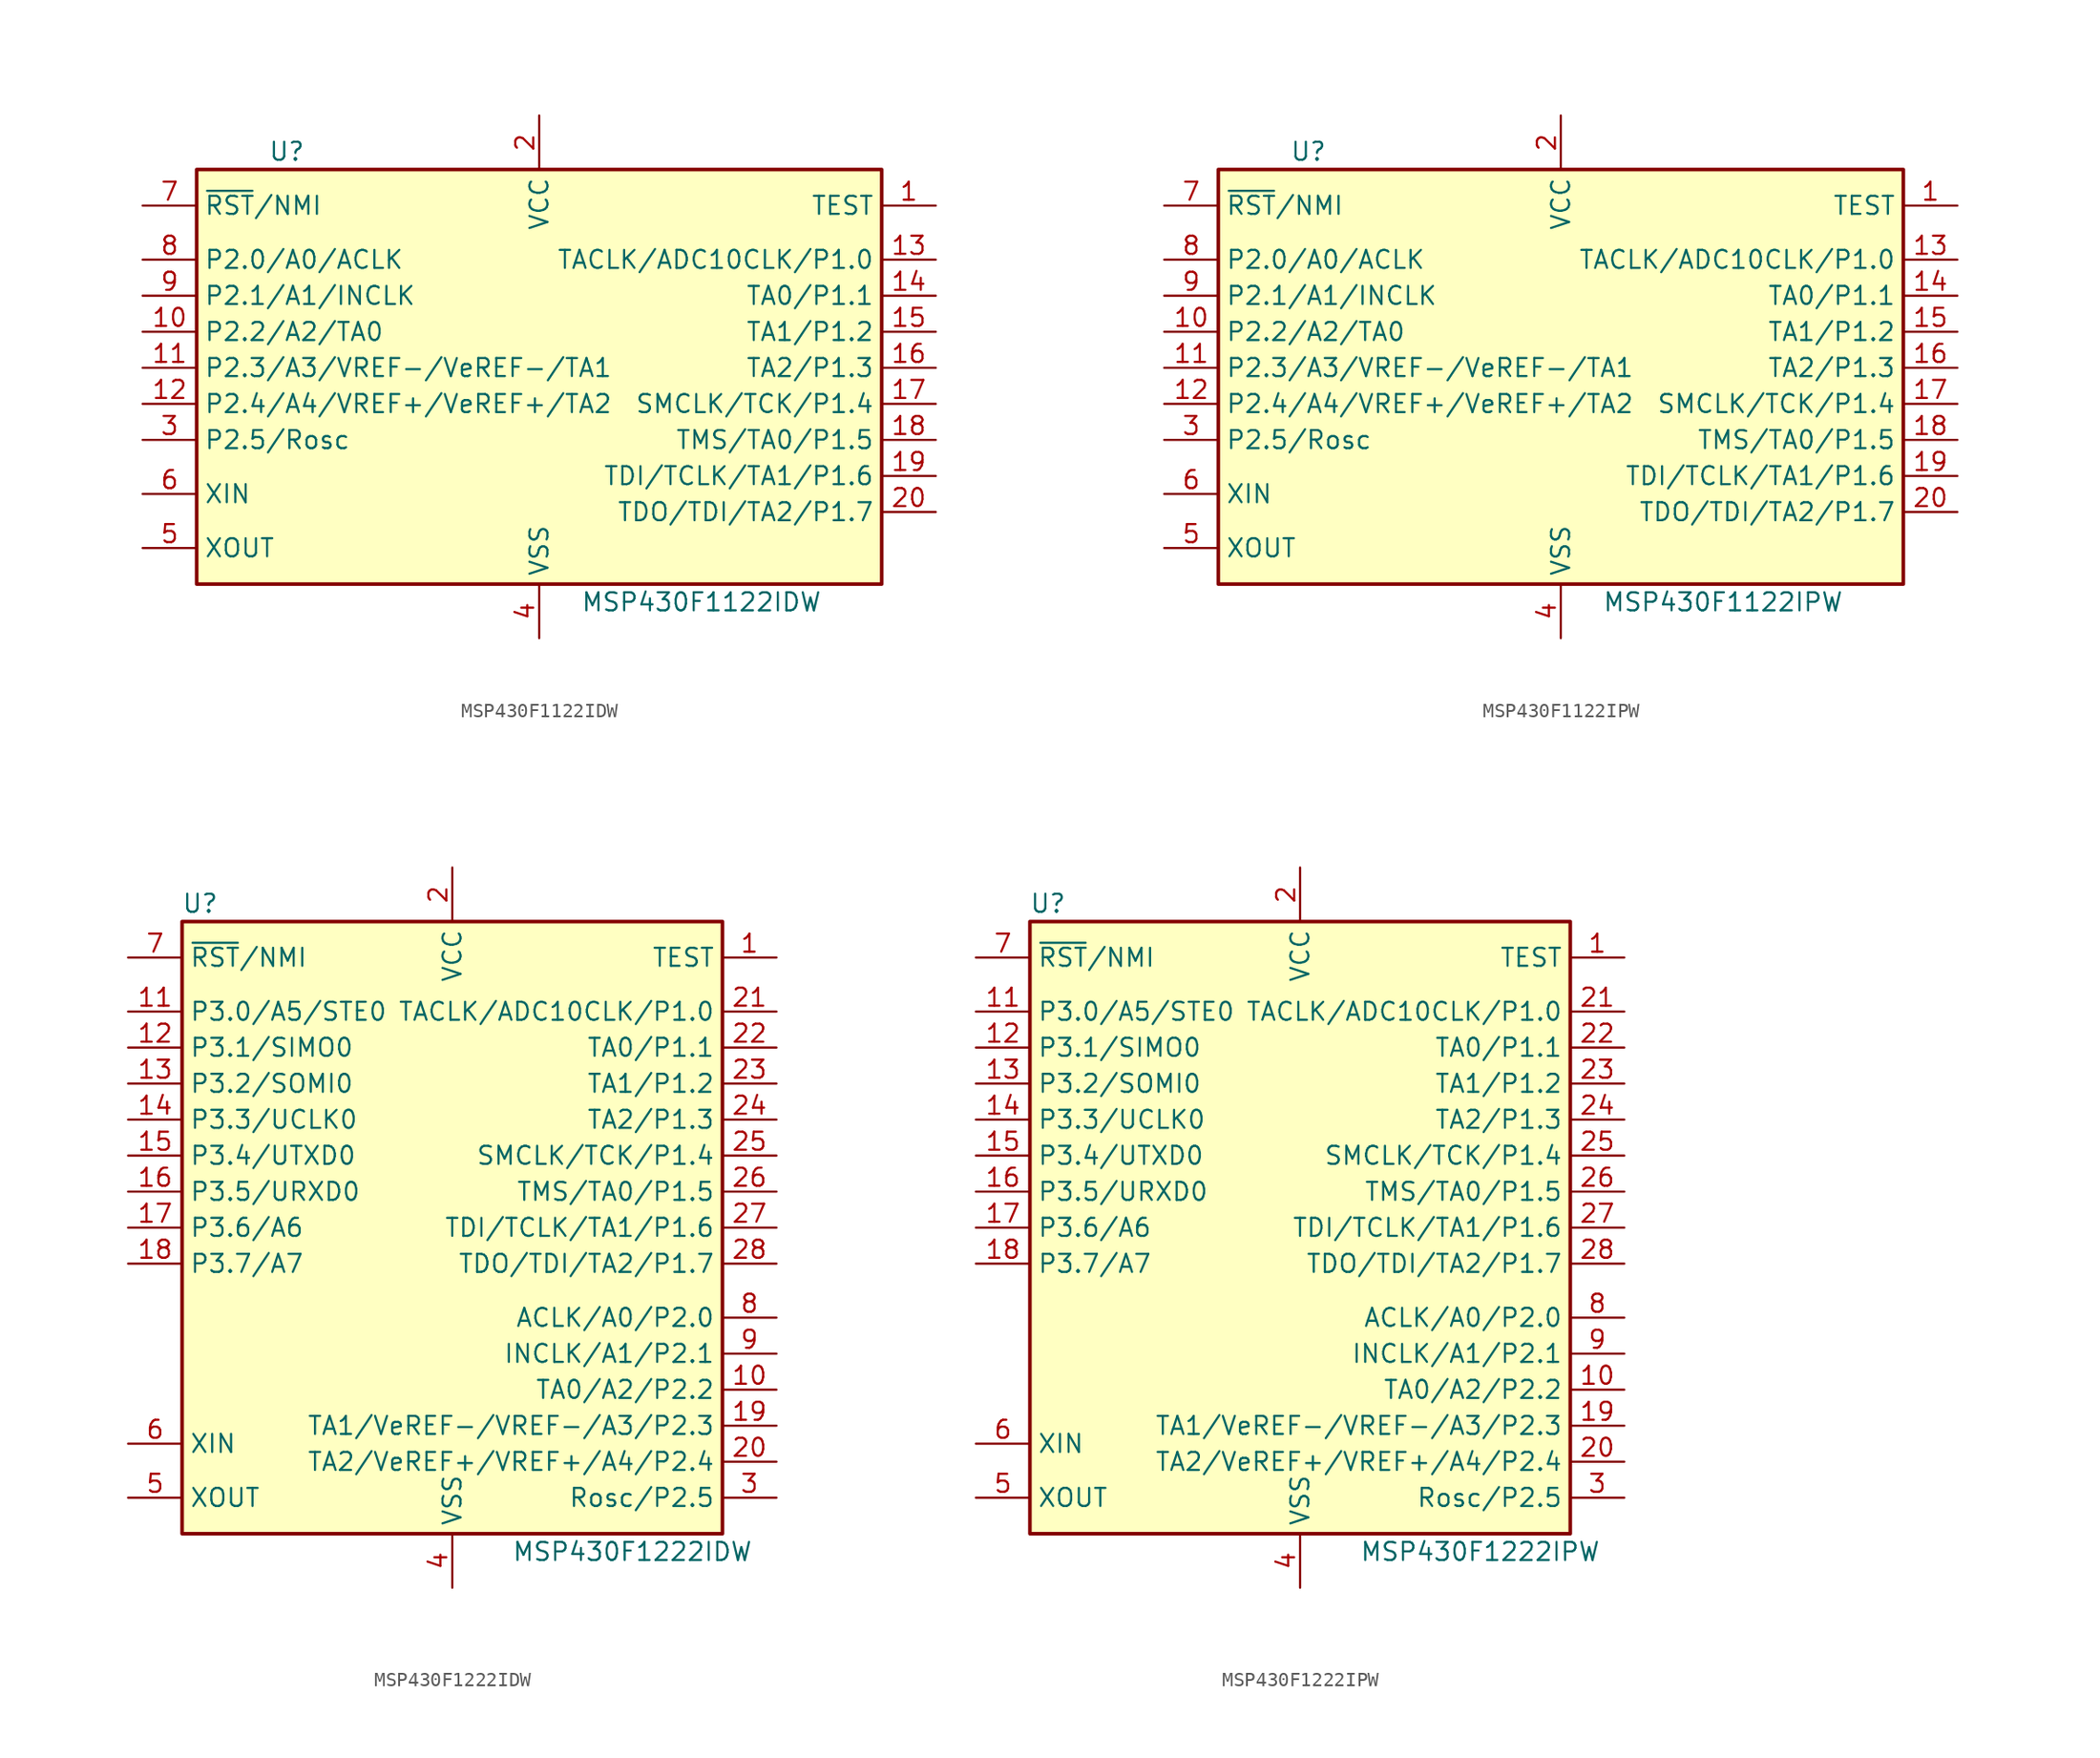
<source format=kicad_sym>
(kicad_symbol_lib
  (version 20211014)
  (generator kicad_symbol_editor)
  (symbol "MSP430F1122IDW"
    (property "Reference" "U"
      (at -17.78 15.24 0)
      (effects (font (size 1.27 1.27))))
    (property "Value" "MSP430F1122IDW"
      (at 11.43 -16.51 0)
      (effects (font (size 1.27 1.27))))
    (symbol "MSP430F1122IDW_0_1"
      (rectangle (start -24.13 13.97) (end 24.13 -15.24) (stroke (width 0.254) (type default) (color 0 0 0 0)) (fill (type background))))
    (symbol "MSP430F1122IDW_1_1"
      (pin input line (at 27.94 11.43 180) (length 3.81) (name "TEST" (effects (font (size 1.27 1.27)))) (number "1" (effects (font (size 1.27 1.27)))))
      (pin bidirectional line (at -27.94 2.54 0) (length 3.81) (name "P2.2/A2/TA0" (effects (font (size 1.27 1.27)))) (number "10" (effects (font (size 1.27 1.27)))))
      (pin bidirectional line (at -27.94 0 0) (length 3.81) (name "P2.3/A3/VREF-/VeREF-/TA1" (effects (font (size 1.27 1.27)))) (number "11" (effects (font (size 1.27 1.27)))))
      (pin bidirectional line (at -27.94 -2.54 0) (length 3.81) (name "P2.4/A4/VREF+/VeREF+/TA2" (effects (font (size 1.27 1.27)))) (number "12" (effects (font (size 1.27 1.27)))))
      (pin bidirectional line (at 27.94 7.62 180) (length 3.81) (name "TACLK/ADC10CLK/P1.0" (effects (font (size 1.27 1.27)))) (number "13" (effects (font (size 1.27 1.27)))))
      (pin bidirectional line (at 27.94 5.08 180) (length 3.81) (name "TA0/P1.1" (effects (font (size 1.27 1.27)))) (number "14" (effects (font (size 1.27 1.27)))))
      (pin bidirectional line (at 27.94 2.54 180) (length 3.81) (name "TA1/P1.2" (effects (font (size 1.27 1.27)))) (number "15" (effects (font (size 1.27 1.27)))))
      (pin bidirectional line (at 27.94 0 180) (length 3.81) (name "TA2/P1.3" (effects (font (size 1.27 1.27)))) (number "16" (effects (font (size 1.27 1.27)))))
      (pin bidirectional line (at 27.94 -2.54 180) (length 3.81) (name "SMCLK/TCK/P1.4" (effects (font (size 1.27 1.27)))) (number "17" (effects (font (size 1.27 1.27)))))
      (pin bidirectional line (at 27.94 -5.08 180) (length 3.81) (name "TMS/TA0/P1.5" (effects (font (size 1.27 1.27)))) (number "18" (effects (font (size 1.27 1.27)))))
      (pin bidirectional line (at 27.94 -7.62 180) (length 3.81) (name "TDI/TCLK/TA1/P1.6" (effects (font (size 1.27 1.27)))) (number "19" (effects (font (size 1.27 1.27)))))
      (pin power_in line (at 0 17.78 270) (length 3.81) (name "VCC" (effects (font (size 1.27 1.27)))) (number "2" (effects (font (size 1.27 1.27)))))
      (pin bidirectional line (at 27.94 -10.16 180) (length 3.81) (name "TDO/TDI/TA2/P1.7" (effects (font (size 1.27 1.27)))) (number "20" (effects (font (size 1.27 1.27)))))
      (pin bidirectional line (at -27.94 -5.08 0) (length 3.81) (name "P2.5/Rosc" (effects (font (size 1.27 1.27)))) (number "3" (effects (font (size 1.27 1.27)))))
      (pin power_in line (at 0 -19.05 90) (length 3.81) (name "VSS" (effects (font (size 1.27 1.27)))) (number "4" (effects (font (size 1.27 1.27)))))
      (pin output line (at -27.94 -12.7 0) (length 3.81) (name "XOUT" (effects (font (size 1.27 1.27)))) (number "5" (effects (font (size 1.27 1.27)))))
      (pin input line (at -27.94 -8.89 0) (length 3.81) (name "XIN" (effects (font (size 1.27 1.27)))) (number "6" (effects (font (size 1.27 1.27)))))
      (pin input line (at -27.94 11.43 0) (length 3.81) (name "~{RST}/NMI" (effects (font (size 1.27 1.27)))) (number "7" (effects (font (size 1.27 1.27)))))
      (pin bidirectional line (at -27.94 7.62 0) (length 3.81) (name "P2.0/A0/ACLK" (effects (font (size 1.27 1.27)))) (number "8" (effects (font (size 1.27 1.27)))))
      (pin bidirectional line (at -27.94 5.08 0) (length 3.81) (name "P2.1/A1/INCLK" (effects (font (size 1.27 1.27)))) (number "9" (effects (font (size 1.27 1.27)))))))
  (symbol "MSP430F1122IPW"
    (property "Reference" "U"
      (at -17.78 15.24 0)
      (effects (font (size 1.27 1.27))))
    (property "Value" "MSP430F1122IPW"
      (at 11.43 -16.51 0)
      (effects (font (size 1.27 1.27))))
    (symbol "MSP430F1122IPW_0_1"
      (rectangle (start -24.13 13.97) (end 24.13 -15.24) (stroke (width 0.254) (type default) (color 0 0 0 0)) (fill (type background))))
    (symbol "MSP430F1122IPW_1_1"
      (pin input line (at 27.94 11.43 180) (length 3.81) (name "TEST" (effects (font (size 1.27 1.27)))) (number "1" (effects (font (size 1.27 1.27)))))
      (pin bidirectional line (at -27.94 2.54 0) (length 3.81) (name "P2.2/A2/TA0" (effects (font (size 1.27 1.27)))) (number "10" (effects (font (size 1.27 1.27)))))
      (pin bidirectional line (at -27.94 0 0) (length 3.81) (name "P2.3/A3/VREF-/VeREF-/TA1" (effects (font (size 1.27 1.27)))) (number "11" (effects (font (size 1.27 1.27)))))
      (pin bidirectional line (at -27.94 -2.54 0) (length 3.81) (name "P2.4/A4/VREF+/VeREF+/TA2" (effects (font (size 1.27 1.27)))) (number "12" (effects (font (size 1.27 1.27)))))
      (pin bidirectional line (at 27.94 7.62 180) (length 3.81) (name "TACLK/ADC10CLK/P1.0" (effects (font (size 1.27 1.27)))) (number "13" (effects (font (size 1.27 1.27)))))
      (pin bidirectional line (at 27.94 5.08 180) (length 3.81) (name "TA0/P1.1" (effects (font (size 1.27 1.27)))) (number "14" (effects (font (size 1.27 1.27)))))
      (pin bidirectional line (at 27.94 2.54 180) (length 3.81) (name "TA1/P1.2" (effects (font (size 1.27 1.27)))) (number "15" (effects (font (size 1.27 1.27)))))
      (pin bidirectional line (at 27.94 0 180) (length 3.81) (name "TA2/P1.3" (effects (font (size 1.27 1.27)))) (number "16" (effects (font (size 1.27 1.27)))))
      (pin bidirectional line (at 27.94 -2.54 180) (length 3.81) (name "SMCLK/TCK/P1.4" (effects (font (size 1.27 1.27)))) (number "17" (effects (font (size 1.27 1.27)))))
      (pin bidirectional line (at 27.94 -5.08 180) (length 3.81) (name "TMS/TA0/P1.5" (effects (font (size 1.27 1.27)))) (number "18" (effects (font (size 1.27 1.27)))))
      (pin bidirectional line (at 27.94 -7.62 180) (length 3.81) (name "TDI/TCLK/TA1/P1.6" (effects (font (size 1.27 1.27)))) (number "19" (effects (font (size 1.27 1.27)))))
      (pin power_in line (at 0 17.78 270) (length 3.81) (name "VCC" (effects (font (size 1.27 1.27)))) (number "2" (effects (font (size 1.27 1.27)))))
      (pin bidirectional line (at 27.94 -10.16 180) (length 3.81) (name "TDO/TDI/TA2/P1.7" (effects (font (size 1.27 1.27)))) (number "20" (effects (font (size 1.27 1.27)))))
      (pin bidirectional line (at -27.94 -5.08 0) (length 3.81) (name "P2.5/Rosc" (effects (font (size 1.27 1.27)))) (number "3" (effects (font (size 1.27 1.27)))))
      (pin power_in line (at 0 -19.05 90) (length 3.81) (name "VSS" (effects (font (size 1.27 1.27)))) (number "4" (effects (font (size 1.27 1.27)))))
      (pin output line (at -27.94 -12.7 0) (length 3.81) (name "XOUT" (effects (font (size 1.27 1.27)))) (number "5" (effects (font (size 1.27 1.27)))))
      (pin input line (at -27.94 -8.89 0) (length 3.81) (name "XIN" (effects (font (size 1.27 1.27)))) (number "6" (effects (font (size 1.27 1.27)))))
      (pin input line (at -27.94 11.43 0) (length 3.81) (name "~{RST}/NMI" (effects (font (size 1.27 1.27)))) (number "7" (effects (font (size 1.27 1.27)))))
      (pin bidirectional line (at -27.94 7.62 0) (length 3.81) (name "P2.0/A0/ACLK" (effects (font (size 1.27 1.27)))) (number "8" (effects (font (size 1.27 1.27)))))
      (pin bidirectional line (at -27.94 5.08 0) (length 3.81) (name "P2.1/A1/INCLK" (effects (font (size 1.27 1.27)))) (number "9" (effects (font (size 1.27 1.27)))))))
  (symbol "MSP430F1222IDW"
    (property "Reference" "U"
      (at -17.78 22.86 0)
      (effects (font (size 1.27 1.27))))
    (property "Value" "MSP430F1222IDW"
      (at 12.7 -22.86 0)
      (effects (font (size 1.27 1.27))))
    (symbol "MSP430F1222IDW_0_1"
      (rectangle (start -19.05 21.59) (end 19.05 -21.59) (stroke (width 0.254) (type default) (color 0 0 0 0)) (fill (type background))))
    (symbol "MSP430F1222IDW_1_1"
      (pin input line (at 22.86 19.05 180) (length 3.81) (name "TEST" (effects (font (size 1.27 1.27)))) (number "1" (effects (font (size 1.27 1.27)))))
      (pin bidirectional line (at 22.86 -11.43 180) (length 3.81) (name "TA0/A2/P2.2" (effects (font (size 1.27 1.27)))) (number "10" (effects (font (size 1.27 1.27)))))
      (pin bidirectional line (at -22.86 15.24 0) (length 3.81) (name "P3.0/A5/STE0" (effects (font (size 1.27 1.27)))) (number "11" (effects (font (size 1.27 1.27)))))
      (pin bidirectional line (at -22.86 12.7 0) (length 3.81) (name "P3.1/SIMO0" (effects (font (size 1.27 1.27)))) (number "12" (effects (font (size 1.27 1.27)))))
      (pin bidirectional line (at -22.86 10.16 0) (length 3.81) (name "P3.2/SOMI0" (effects (font (size 1.27 1.27)))) (number "13" (effects (font (size 1.27 1.27)))))
      (pin bidirectional line (at -22.86 7.62 0) (length 3.81) (name "P3.3/UCLK0" (effects (font (size 1.27 1.27)))) (number "14" (effects (font (size 1.27 1.27)))))
      (pin bidirectional line (at -22.86 5.08 0) (length 3.81) (name "P3.4/UTXD0" (effects (font (size 1.27 1.27)))) (number "15" (effects (font (size 1.27 1.27)))))
      (pin bidirectional line (at -22.86 2.54 0) (length 3.81) (name "P3.5/URXD0" (effects (font (size 1.27 1.27)))) (number "16" (effects (font (size 1.27 1.27)))))
      (pin bidirectional line (at -22.86 0 0) (length 3.81) (name "P3.6/A6" (effects (font (size 1.27 1.27)))) (number "17" (effects (font (size 1.27 1.27)))))
      (pin bidirectional line (at -22.86 -2.54 0) (length 3.81) (name "P3.7/A7" (effects (font (size 1.27 1.27)))) (number "18" (effects (font (size 1.27 1.27)))))
      (pin bidirectional line (at 22.86 -13.97 180) (length 3.81) (name "TA1/VeREF-/VREF-/A3/P2.3" (effects (font (size 1.27 1.27)))) (number "19" (effects (font (size 1.27 1.27)))))
      (pin power_in line (at 0 25.4 270) (length 3.81) (name "VCC" (effects (font (size 1.27 1.27)))) (number "2" (effects (font (size 1.27 1.27)))))
      (pin bidirectional line (at 22.86 -16.51 180) (length 3.81) (name "TA2/VeREF+/VREF+/A4/P2.4" (effects (font (size 1.27 1.27)))) (number "20" (effects (font (size 1.27 1.27)))))
      (pin bidirectional line (at 22.86 15.24 180) (length 3.81) (name "TACLK/ADC10CLK/P1.0" (effects (font (size 1.27 1.27)))) (number "21" (effects (font (size 1.27 1.27)))))
      (pin bidirectional line (at 22.86 12.7 180) (length 3.81) (name "TA0/P1.1" (effects (font (size 1.27 1.27)))) (number "22" (effects (font (size 1.27 1.27)))))
      (pin bidirectional line (at 22.86 10.16 180) (length 3.81) (name "TA1/P1.2" (effects (font (size 1.27 1.27)))) (number "23" (effects (font (size 1.27 1.27)))))
      (pin bidirectional line (at 22.86 7.62 180) (length 3.81) (name "TA2/P1.3" (effects (font (size 1.27 1.27)))) (number "24" (effects (font (size 1.27 1.27)))))
      (pin bidirectional line (at 22.86 5.08 180) (length 3.81) (name "SMCLK/TCK/P1.4" (effects (font (size 1.27 1.27)))) (number "25" (effects (font (size 1.27 1.27)))))
      (pin bidirectional line (at 22.86 2.54 180) (length 3.81) (name "TMS/TA0/P1.5" (effects (font (size 1.27 1.27)))) (number "26" (effects (font (size 1.27 1.27)))))
      (pin bidirectional line (at 22.86 0 180) (length 3.81) (name "TDI/TCLK/TA1/P1.6" (effects (font (size 1.27 1.27)))) (number "27" (effects (font (size 1.27 1.27)))))
      (pin bidirectional line (at 22.86 -2.54 180) (length 3.81) (name "TDO/TDI/TA2/P1.7" (effects (font (size 1.27 1.27)))) (number "28" (effects (font (size 1.27 1.27)))))
      (pin bidirectional line (at 22.86 -19.05 180) (length 3.81) (name "Rosc/P2.5" (effects (font (size 1.27 1.27)))) (number "3" (effects (font (size 1.27 1.27)))))
      (pin power_in line (at 0 -25.4 90) (length 3.81) (name "VSS" (effects (font (size 1.27 1.27)))) (number "4" (effects (font (size 1.27 1.27)))))
      (pin output line (at -22.86 -19.05 0) (length 3.81) (name "XOUT" (effects (font (size 1.27 1.27)))) (number "5" (effects (font (size 1.27 1.27)))))
      (pin input line (at -22.86 -15.24 0) (length 3.81) (name "XIN" (effects (font (size 1.27 1.27)))) (number "6" (effects (font (size 1.27 1.27)))))
      (pin input line (at -22.86 19.05 0) (length 3.81) (name "~{RST}/NMI" (effects (font (size 1.27 1.27)))) (number "7" (effects (font (size 1.27 1.27)))))
      (pin bidirectional line (at 22.86 -6.35 180) (length 3.81) (name "ACLK/A0/P2.0" (effects (font (size 1.27 1.27)))) (number "8" (effects (font (size 1.27 1.27)))))
      (pin bidirectional line (at 22.86 -8.89 180) (length 3.81) (name "INCLK/A1/P2.1" (effects (font (size 1.27 1.27)))) (number "9" (effects (font (size 1.27 1.27)))))))
  (symbol "MSP430F1222IPW"
    (property "Reference" "U"
      (at -17.78 22.86 0)
      (effects (font (size 1.27 1.27))))
    (property "Value" "MSP430F1222IPW"
      (at 12.7 -22.86 0)
      (effects (font (size 1.27 1.27))))
    (symbol "MSP430F1222IPW_0_1"
      (rectangle (start -19.05 21.59) (end 19.05 -21.59) (stroke (width 0.254) (type default) (color 0 0 0 0)) (fill (type background))))
    (symbol "MSP430F1222IPW_1_1"
      (pin input line (at 22.86 19.05 180) (length 3.81) (name "TEST" (effects (font (size 1.27 1.27)))) (number "1" (effects (font (size 1.27 1.27)))))
      (pin bidirectional line (at 22.86 -11.43 180) (length 3.81) (name "TA0/A2/P2.2" (effects (font (size 1.27 1.27)))) (number "10" (effects (font (size 1.27 1.27)))))
      (pin bidirectional line (at -22.86 15.24 0) (length 3.81) (name "P3.0/A5/STE0" (effects (font (size 1.27 1.27)))) (number "11" (effects (font (size 1.27 1.27)))))
      (pin bidirectional line (at -22.86 12.7 0) (length 3.81) (name "P3.1/SIMO0" (effects (font (size 1.27 1.27)))) (number "12" (effects (font (size 1.27 1.27)))))
      (pin bidirectional line (at -22.86 10.16 0) (length 3.81) (name "P3.2/SOMI0" (effects (font (size 1.27 1.27)))) (number "13" (effects (font (size 1.27 1.27)))))
      (pin bidirectional line (at -22.86 7.62 0) (length 3.81) (name "P3.3/UCLK0" (effects (font (size 1.27 1.27)))) (number "14" (effects (font (size 1.27 1.27)))))
      (pin bidirectional line (at -22.86 5.08 0) (length 3.81) (name "P3.4/UTXD0" (effects (font (size 1.27 1.27)))) (number "15" (effects (font (size 1.27 1.27)))))
      (pin bidirectional line (at -22.86 2.54 0) (length 3.81) (name "P3.5/URXD0" (effects (font (size 1.27 1.27)))) (number "16" (effects (font (size 1.27 1.27)))))
      (pin bidirectional line (at -22.86 0 0) (length 3.81) (name "P3.6/A6" (effects (font (size 1.27 1.27)))) (number "17" (effects (font (size 1.27 1.27)))))
      (pin bidirectional line (at -22.86 -2.54 0) (length 3.81) (name "P3.7/A7" (effects (font (size 1.27 1.27)))) (number "18" (effects (font (size 1.27 1.27)))))
      (pin bidirectional line (at 22.86 -13.97 180) (length 3.81) (name "TA1/VeREF-/VREF-/A3/P2.3" (effects (font (size 1.27 1.27)))) (number "19" (effects (font (size 1.27 1.27)))))
      (pin power_in line (at 0 25.4 270) (length 3.81) (name "VCC" (effects (font (size 1.27 1.27)))) (number "2" (effects (font (size 1.27 1.27)))))
      (pin bidirectional line (at 22.86 -16.51 180) (length 3.81) (name "TA2/VeREF+/VREF+/A4/P2.4" (effects (font (size 1.27 1.27)))) (number "20" (effects (font (size 1.27 1.27)))))
      (pin bidirectional line (at 22.86 15.24 180) (length 3.81) (name "TACLK/ADC10CLK/P1.0" (effects (font (size 1.27 1.27)))) (number "21" (effects (font (size 1.27 1.27)))))
      (pin bidirectional line (at 22.86 12.7 180) (length 3.81) (name "TA0/P1.1" (effects (font (size 1.27 1.27)))) (number "22" (effects (font (size 1.27 1.27)))))
      (pin bidirectional line (at 22.86 10.16 180) (length 3.81) (name "TA1/P1.2" (effects (font (size 1.27 1.27)))) (number "23" (effects (font (size 1.27 1.27)))))
      (pin bidirectional line (at 22.86 7.62 180) (length 3.81) (name "TA2/P1.3" (effects (font (size 1.27 1.27)))) (number "24" (effects (font (size 1.27 1.27)))))
      (pin bidirectional line (at 22.86 5.08 180) (length 3.81) (name "SMCLK/TCK/P1.4" (effects (font (size 1.27 1.27)))) (number "25" (effects (font (size 1.27 1.27)))))
      (pin bidirectional line (at 22.86 2.54 180) (length 3.81) (name "TMS/TA0/P1.5" (effects (font (size 1.27 1.27)))) (number "26" (effects (font (size 1.27 1.27)))))
      (pin bidirectional line (at 22.86 0 180) (length 3.81) (name "TDI/TCLK/TA1/P1.6" (effects (font (size 1.27 1.27)))) (number "27" (effects (font (size 1.27 1.27)))))
      (pin bidirectional line (at 22.86 -2.54 180) (length 3.81) (name "TDO/TDI/TA2/P1.7" (effects (font (size 1.27 1.27)))) (number "28" (effects (font (size 1.27 1.27)))))
      (pin bidirectional line (at 22.86 -19.05 180) (length 3.81) (name "Rosc/P2.5" (effects (font (size 1.27 1.27)))) (number "3" (effects (font (size 1.27 1.27)))))
      (pin power_in line (at 0 -25.4 90) (length 3.81) (name "VSS" (effects (font (size 1.27 1.27)))) (number "4" (effects (font (size 1.27 1.27)))))
      (pin output line (at -22.86 -19.05 0) (length 3.81) (name "XOUT" (effects (font (size 1.27 1.27)))) (number "5" (effects (font (size 1.27 1.27)))))
      (pin input line (at -22.86 -15.24 0) (length 3.81) (name "XIN" (effects (font (size 1.27 1.27)))) (number "6" (effects (font (size 1.27 1.27)))))
      (pin input line (at -22.86 19.05 0) (length 3.81) (name "~{RST}/NMI" (effects (font (size 1.27 1.27)))) (number "7" (effects (font (size 1.27 1.27)))))
      (pin bidirectional line (at 22.86 -6.35 180) (length 3.81) (name "ACLK/A0/P2.0" (effects (font (size 1.27 1.27)))) (number "8" (effects (font (size 1.27 1.27)))))
      (pin bidirectional line (at 22.86 -8.89 180) (length 3.81) (name "INCLK/A1/P2.1" (effects (font (size 1.27 1.27)))) (number "9" (effects (font (size 1.27 1.27))))))))
</source>
